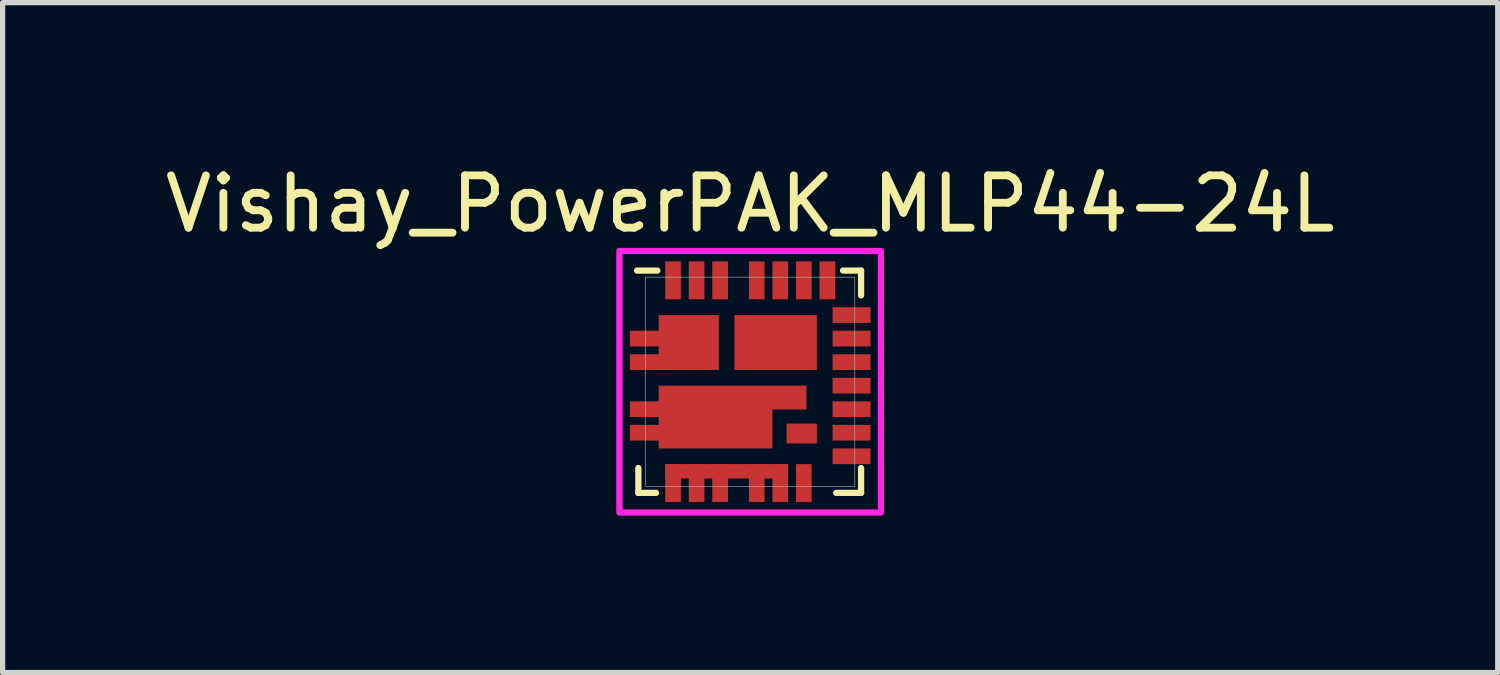
<source format=kicad_pcb>
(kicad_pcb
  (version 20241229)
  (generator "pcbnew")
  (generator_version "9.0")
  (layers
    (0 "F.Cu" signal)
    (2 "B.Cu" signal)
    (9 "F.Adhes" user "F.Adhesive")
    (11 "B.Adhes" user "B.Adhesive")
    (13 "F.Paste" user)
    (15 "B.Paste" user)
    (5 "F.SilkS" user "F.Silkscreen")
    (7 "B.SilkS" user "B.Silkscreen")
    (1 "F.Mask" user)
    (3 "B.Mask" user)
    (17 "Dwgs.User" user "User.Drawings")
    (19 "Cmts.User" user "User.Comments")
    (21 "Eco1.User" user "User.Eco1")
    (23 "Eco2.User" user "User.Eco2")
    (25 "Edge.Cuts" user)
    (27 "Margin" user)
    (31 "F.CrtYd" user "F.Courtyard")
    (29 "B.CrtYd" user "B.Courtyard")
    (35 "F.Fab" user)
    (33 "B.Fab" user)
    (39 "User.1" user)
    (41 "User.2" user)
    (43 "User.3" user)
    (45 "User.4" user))
  (footprint "Vishay_PowerPAK_MLP44-24L"
    (layer "F.Cu")
    (at 11.292 4.248)
    (property "Reference" "Vishay_PowerPAK_MLP44-24L" (at 0 -3.4 0) (unlocked yes) (layer "F.SilkS") (effects (font (size 1 1) (thickness 0.15))))
    (attr smd)
    (fp_line (start -2.138 2.125) (end -2.138 1.65) (stroke (width 0.12) (type solid)) (layer "F.SilkS"))
    (fp_line (start -1.8 2.125) (end -2.138 2.125) (stroke (width 0.12) (type solid)) (layer "F.SilkS"))
    (fp_line (start -1.775 -2.125) (end -2.163 -2.125) (stroke (width 0.12) (type solid)) (layer "F.SilkS"))
    (fp_line (start 1.645 2.125) (end 2.12 2.125) (stroke (width 0.12) (type solid)) (layer "F.SilkS"))
    (fp_line (start 1.775 -2.125) (end 2.12 -2.125) (stroke (width 0.12) (type solid)) (layer "F.SilkS"))
    (fp_line (start 2.12 -2.125) (end 2.12 -1.65) (stroke (width 0.12) (type solid)) (layer "F.SilkS"))
    (fp_line (start 2.12 2.125) (end 2.12 1.65) (stroke (width 0.12) (type solid)) (layer "F.SilkS"))
    (fp_rect (start -2 -2) (end 2 2) (stroke (width 0.01) (type solid)) (fill no) (layer "Dwgs.User"))
    (fp_rect (start -2.5 -2.5) (end 2.5 2.5) (stroke (width 0.12) (type solid)) (fill no) (layer "F.CrtYd"))
    (pad "1" smd rect (at -1.938 -0.825 270) (size 0.3 0.725) (layers "F.Cu" "F.Mask" "F.Paste"))
    (pad "2" smd rect (at -1.938 -0.375 270) (size 0.3 0.725) (layers "F.Cu" "F.Mask" "F.Paste"))
    (pad "3" smd rect (at -1.938 0.525 270) (size 0.3 0.725) (layers "F.Cu" "F.Mask" "F.Paste"))
    (pad "4" smd rect (at -1.938 0.975 270) (size 0.3 0.725) (layers "F.Cu" "F.Mask" "F.Paste"))
    (pad "5" smd rect (at -1.475 1.938 180) (size 0.3 0.725) (layers "F.Cu" "F.Mask" "F.Paste"))
    (pad "5" smd rect (at -0.45 1.712) (size 2.35 0.275) (layers "F.Cu" "F.Mask"))
    (pad "6" smd rect (at -1.025 1.938 180) (size 0.3 0.725) (layers "F.Cu" "F.Mask" "F.Paste"))
    (pad "7" smd rect (at -0.575 1.938 180) (size 0.3 0.725) (layers "F.Cu" "F.Mask" "F.Paste"))
    (pad "8" smd rect (at 0.125 1.938 180) (size 0.3 0.725) (layers "F.Cu" "F.Mask" "F.Paste"))
    (pad "9" smd rect (at 0.575 1.938 180) (size 0.3 0.725) (layers "F.Cu" "F.Mask" "F.Paste"))
    (pad "10" smd rect (at 1.025 1.938 180) (size 0.3 0.725) (layers "F.Cu" "F.Mask" "F.Paste"))
    (pad "11" smd rect (at 1.938 1.425 90) (size 0.3 0.725) (layers "F.Cu" "F.Mask" "F.Paste"))
    (pad "12" smd rect (at 1.938 0.975 90) (size 0.3 0.725) (layers "F.Cu" "F.Mask" "F.Paste"))
    (pad "13" smd rect (at 1.938 0.525 90) (size 0.3 0.725) (layers "F.Cu" "F.Mask" "F.Paste"))
    (pad "14" smd rect (at 1.938 0.075 90) (size 0.3 0.725) (layers "F.Cu" "F.Mask" "F.Paste"))
    (pad "15" smd rect (at 1.938 -0.375 90) (size 0.3 0.725) (layers "F.Cu" "F.Mask" "F.Paste"))
    (pad "16" smd rect (at 1.938 -0.825 90) (size 0.3 0.725) (layers "F.Cu" "F.Mask" "F.Paste"))
    (pad "17" smd rect (at 1.938 -1.275 90) (size 0.3 0.725) (layers "F.Cu" "F.Mask" "F.Paste"))
    (pad "18" smd rect (at 1.475 -1.938) (size 0.3 0.725) (layers "F.Cu" "F.Mask" "F.Paste"))
    (pad "19" smd rect (at 1.025 -1.938) (size 0.3 0.725) (layers "F.Cu" "F.Mask" "F.Paste"))
    (pad "20" smd rect (at 0.575 -1.938) (size 0.3 0.725) (layers "F.Cu" "F.Mask" "F.Paste"))
    (pad "21" smd rect (at 0.125 -1.938) (size 0.3 0.725) (layers "F.Cu" "F.Mask" "F.Paste"))
    (pad "22" smd rect (at -0.575 -1.938) (size 0.3 0.725) (layers "F.Cu" "F.Mask" "F.Paste"))
    (pad "23" smd rect (at -1.025 -1.938) (size 0.3 0.725) (layers "F.Cu" "F.Mask" "F.Paste"))
    (pad "24" smd rect (at -1.475 -1.938) (size 0.3 0.725) (layers "F.Cu" "F.Mask" "F.Paste"))
    (pad "25" smd rect (at 0.487 -0.75) (size 1.575 1.05) (layers "F.Cu" "F.Mask" "F.Paste"))
    (pad "26" smd rect (at -1.175 -0.75) (size 1.15 1.05) (layers "F.Cu" "F.Mask" "F.Paste"))
    (pad "27" smd custom (at -0.662 0.675) (size 2.175 1.2) (layers "F.Cu" "F.Mask" "F.Paste") (options (anchor rect)) (primitives (gr_poly (pts (xy 1.738 -0.145) (xy 1.087 -0.145) (xy 1.087 0.6) (xy -1.087 0.6) (xy -1.087 -0.6) (xy 1.738 -0.6)) (width 0) (fill yes)) (gr_rect (start 1.087 -0.6) (end 1.738 -0.145) (width 0) (fill yes))))
    (pad "28" smd rect (at 0.985 0.99) (size 0.58 0.38) (layers "F.Cu" "F.Mask" "F.Paste")))
  (gr_rect
    (start -3 -3)
    (end 25.583 9.808)
    (stroke (width 0.1) (type default))
    (fill no)
    (layer "Edge.Cuts")))
</source>
